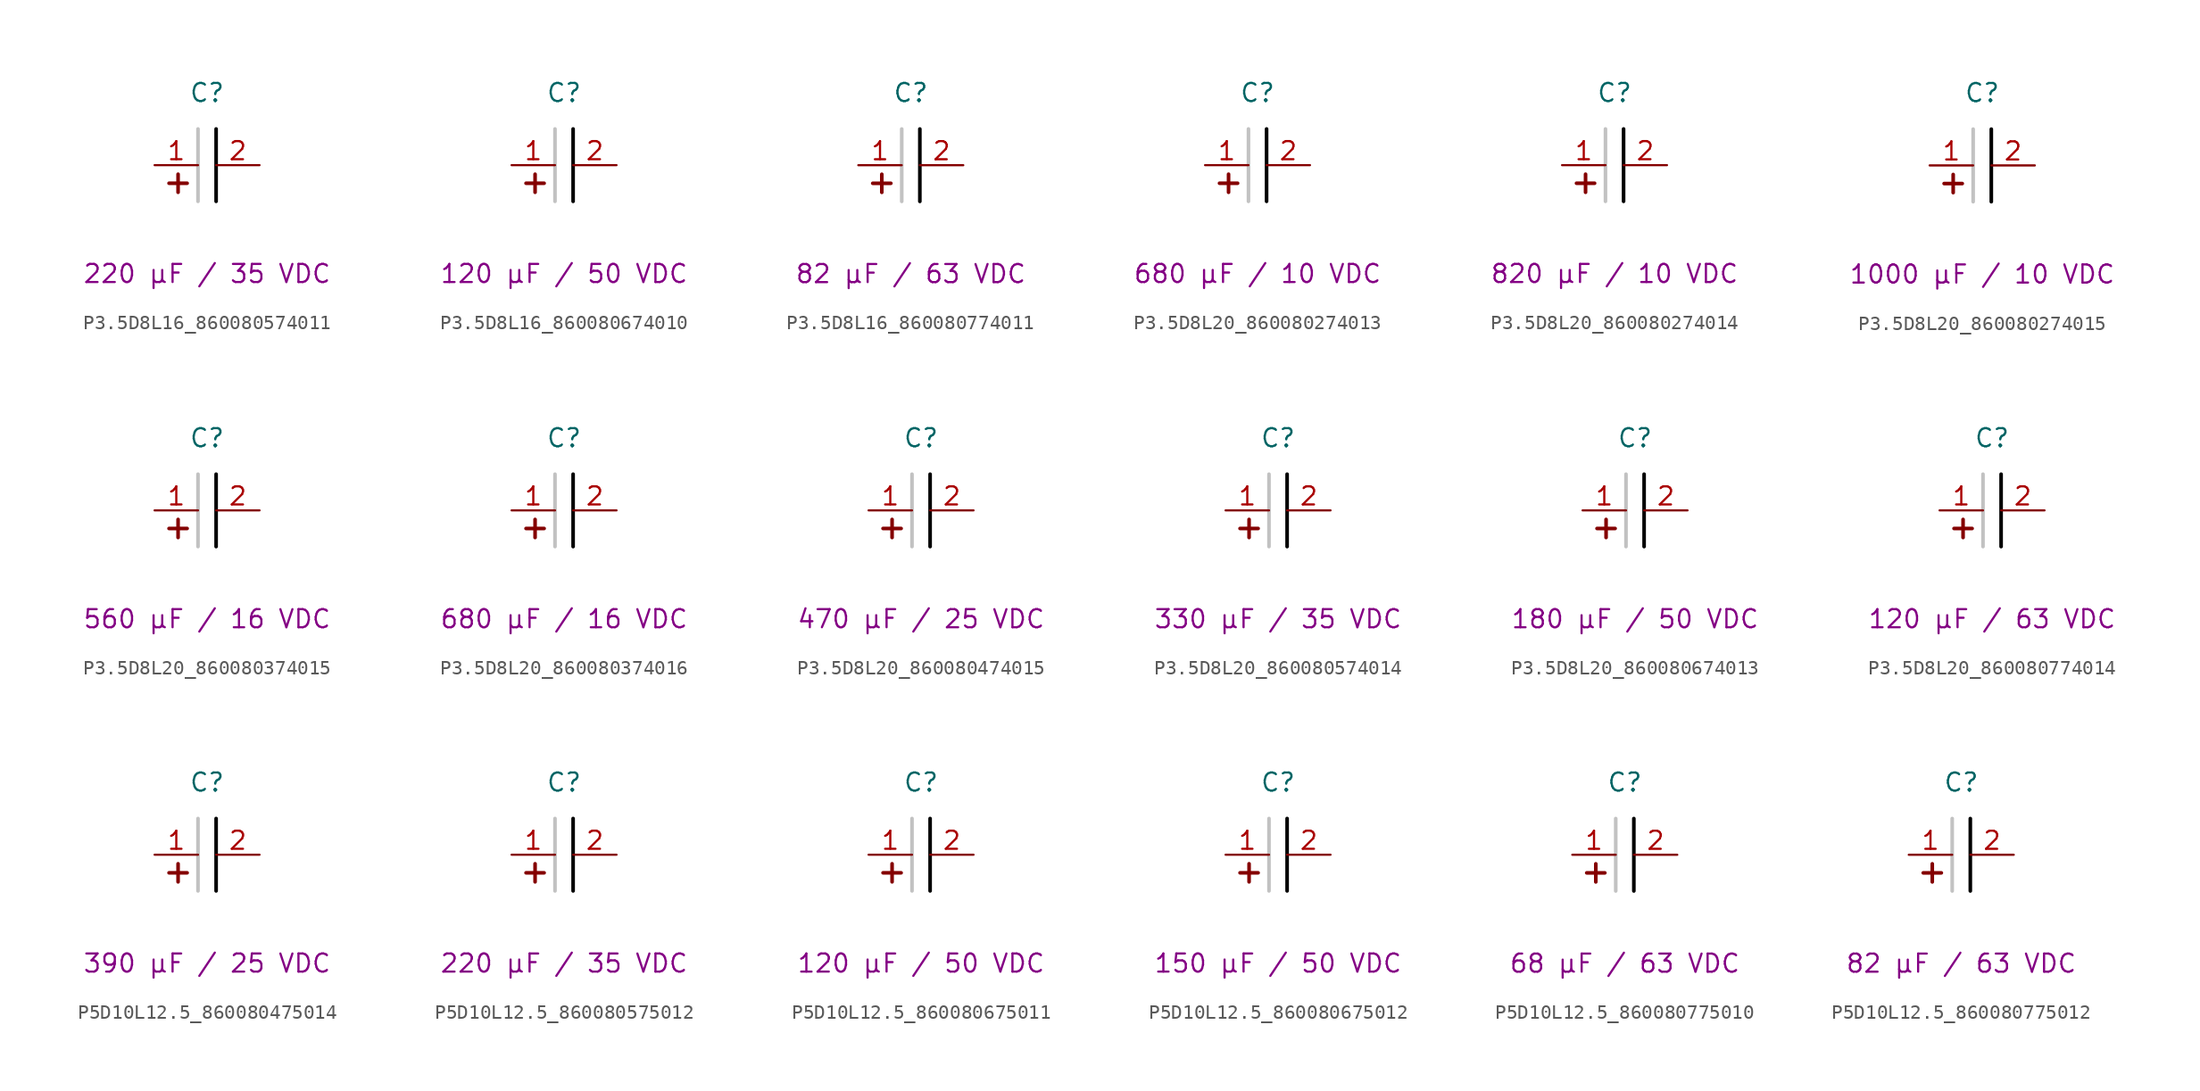
<source format=kicad_sym>
(kicad_symbol_lib
  (version 20220914)
  (generator kicad_symbol_editor)
  (symbol "P3.5D8L16_860080574011"
    (pin_names hide)
    (property "Reference" "C"
      (at 0 5.08 0)
      (effects (font (size 1.27 1.27))))
    (property "Critical Parameter" "220 µF / 35 VDC"
      (at 0 -7.62 0)
      (effects (font (size 1.27 1.27))))
    (symbol "P3.5D8L16_860080574011_1_1"
      (polyline (pts (xy -2.667 -1.27) (xy -1.397 -1.27)) (stroke (width 0.254) (type default)) (fill (type none)))
      (polyline (pts (xy -2.032 -0.635) (xy -2.032 -1.905)) (stroke (width 0.254) (type default)) (fill (type none)))
      (polyline (pts (xy -0.635 2.54) (xy -0.635 -2.54)) (stroke (width 0.254) (type default) (color 194 194 194 1)) (fill (type none)))
      (polyline (pts (xy 0.635 2.54) (xy 0.635 -2.54)) (stroke (width 0.254) (type default) (color 0 0 0 1)) (fill (type none)))
      (pin passive line (at -3.679 0 0) (length 3.044) (name "1" (effects (font (size 1.27 1.27)))) (number "1" (effects (font (size 1.27 1.27)))))
      (pin passive line (at 3.679 0 180) (length 3.044) (name "2" (effects (font (size 1.27 1.27)))) (number "2" (effects (font (size 1.27 1.27)))))))
  (symbol "P3.5D8L16_860080674010"
    (pin_names hide)
    (property "Reference" "C"
      (at 0 5.08 0)
      (effects (font (size 1.27 1.27))))
    (property "Critical Parameter" "120 µF / 50 VDC"
      (at 0 -7.62 0)
      (effects (font (size 1.27 1.27))))
    (symbol "P3.5D8L16_860080674010_1_1"
      (polyline (pts (xy -2.667 -1.27) (xy -1.397 -1.27)) (stroke (width 0.254) (type default)) (fill (type none)))
      (polyline (pts (xy -2.032 -0.635) (xy -2.032 -1.905)) (stroke (width 0.254) (type default)) (fill (type none)))
      (polyline (pts (xy -0.635 2.54) (xy -0.635 -2.54)) (stroke (width 0.254) (type default) (color 194 194 194 1)) (fill (type none)))
      (polyline (pts (xy 0.635 2.54) (xy 0.635 -2.54)) (stroke (width 0.254) (type default) (color 0 0 0 1)) (fill (type none)))
      (pin passive line (at -3.679 0 0) (length 3.044) (name "1" (effects (font (size 1.27 1.27)))) (number "1" (effects (font (size 1.27 1.27)))))
      (pin passive line (at 3.679 0 180) (length 3.044) (name "2" (effects (font (size 1.27 1.27)))) (number "2" (effects (font (size 1.27 1.27)))))))
  (symbol "P3.5D8L16_860080774011"
    (pin_names hide)
    (property "Reference" "C"
      (at 0 5.08 0)
      (effects (font (size 1.27 1.27))))
    (property "Critical Parameter" "82 µF / 63 VDC"
      (at 0 -7.62 0)
      (effects (font (size 1.27 1.27))))
    (symbol "P3.5D8L16_860080774011_1_1"
      (polyline (pts (xy -2.667 -1.27) (xy -1.397 -1.27)) (stroke (width 0.254) (type default)) (fill (type none)))
      (polyline (pts (xy -2.032 -0.635) (xy -2.032 -1.905)) (stroke (width 0.254) (type default)) (fill (type none)))
      (polyline (pts (xy -0.635 2.54) (xy -0.635 -2.54)) (stroke (width 0.254) (type default) (color 194 194 194 1)) (fill (type none)))
      (polyline (pts (xy 0.635 2.54) (xy 0.635 -2.54)) (stroke (width 0.254) (type default) (color 0 0 0 1)) (fill (type none)))
      (pin passive line (at -3.679 0 0) (length 3.044) (name "1" (effects (font (size 1.27 1.27)))) (number "1" (effects (font (size 1.27 1.27)))))
      (pin passive line (at 3.679 0 180) (length 3.044) (name "2" (effects (font (size 1.27 1.27)))) (number "2" (effects (font (size 1.27 1.27)))))))
  (symbol "P3.5D8L20_860080274013"
    (pin_names hide)
    (property "Reference" "C"
      (at 0 5.08 0)
      (effects (font (size 1.27 1.27))))
    (property "Critical Parameter" "680 µF / 10 VDC"
      (at 0 -7.62 0)
      (effects (font (size 1.27 1.27))))
    (symbol "P3.5D8L20_860080274013_1_1"
      (polyline (pts (xy -2.667 -1.27) (xy -1.397 -1.27)) (stroke (width 0.254) (type default)) (fill (type none)))
      (polyline (pts (xy -2.032 -0.635) (xy -2.032 -1.905)) (stroke (width 0.254) (type default)) (fill (type none)))
      (polyline (pts (xy -0.635 2.54) (xy -0.635 -2.54)) (stroke (width 0.254) (type default) (color 194 194 194 1)) (fill (type none)))
      (polyline (pts (xy 0.635 2.54) (xy 0.635 -2.54)) (stroke (width 0.254) (type default) (color 0 0 0 1)) (fill (type none)))
      (pin passive line (at -3.679 0 0) (length 3.044) (name "1" (effects (font (size 1.27 1.27)))) (number "1" (effects (font (size 1.27 1.27)))))
      (pin passive line (at 3.679 0 180) (length 3.044) (name "2" (effects (font (size 1.27 1.27)))) (number "2" (effects (font (size 1.27 1.27)))))))
  (symbol "P3.5D8L20_860080274014"
    (pin_names hide)
    (property "Reference" "C"
      (at 0 5.08 0)
      (effects (font (size 1.27 1.27))))
    (property "Critical Parameter" "820 µF / 10 VDC"
      (at 0 -7.62 0)
      (effects (font (size 1.27 1.27))))
    (symbol "P3.5D8L20_860080274014_1_1"
      (polyline (pts (xy -2.667 -1.27) (xy -1.397 -1.27)) (stroke (width 0.254) (type default)) (fill (type none)))
      (polyline (pts (xy -2.032 -0.635) (xy -2.032 -1.905)) (stroke (width 0.254) (type default)) (fill (type none)))
      (polyline (pts (xy -0.635 2.54) (xy -0.635 -2.54)) (stroke (width 0.254) (type default) (color 194 194 194 1)) (fill (type none)))
      (polyline (pts (xy 0.635 2.54) (xy 0.635 -2.54)) (stroke (width 0.254) (type default) (color 0 0 0 1)) (fill (type none)))
      (pin passive line (at -3.679 0 0) (length 3.044) (name "1" (effects (font (size 1.27 1.27)))) (number "1" (effects (font (size 1.27 1.27)))))
      (pin passive line (at 3.679 0 180) (length 3.044) (name "2" (effects (font (size 1.27 1.27)))) (number "2" (effects (font (size 1.27 1.27)))))))
  (symbol "P3.5D8L20_860080274015"
    (pin_names hide)
    (property "Reference" "C"
      (at 0 5.08 0)
      (effects (font (size 1.27 1.27))))
    (property "Critical Parameter" "1000 µF / 10 VDC"
      (at 0 -7.62 0)
      (effects (font (size 1.27 1.27))))
    (symbol "P3.5D8L20_860080274015_1_1"
      (polyline (pts (xy -2.667 -1.27) (xy -1.397 -1.27)) (stroke (width 0.254) (type default)) (fill (type none)))
      (polyline (pts (xy -2.032 -0.635) (xy -2.032 -1.905)) (stroke (width 0.254) (type default)) (fill (type none)))
      (polyline (pts (xy -0.635 2.54) (xy -0.635 -2.54)) (stroke (width 0.254) (type default) (color 194 194 194 1)) (fill (type none)))
      (polyline (pts (xy 0.635 2.54) (xy 0.635 -2.54)) (stroke (width 0.254) (type default) (color 0 0 0 1)) (fill (type none)))
      (pin passive line (at -3.679 0 0) (length 3.044) (name "1" (effects (font (size 1.27 1.27)))) (number "1" (effects (font (size 1.27 1.27)))))
      (pin passive line (at 3.679 0 180) (length 3.044) (name "2" (effects (font (size 1.27 1.27)))) (number "2" (effects (font (size 1.27 1.27)))))))
  (symbol "P3.5D8L20_860080374015"
    (pin_names hide)
    (property "Reference" "C"
      (at 0 5.08 0)
      (effects (font (size 1.27 1.27))))
    (property "Critical Parameter" "560 µF / 16 VDC"
      (at 0 -7.62 0)
      (effects (font (size 1.27 1.27))))
    (symbol "P3.5D8L20_860080374015_1_1"
      (polyline (pts (xy -2.667 -1.27) (xy -1.397 -1.27)) (stroke (width 0.254) (type default)) (fill (type none)))
      (polyline (pts (xy -2.032 -0.635) (xy -2.032 -1.905)) (stroke (width 0.254) (type default)) (fill (type none)))
      (polyline (pts (xy -0.635 2.54) (xy -0.635 -2.54)) (stroke (width 0.254) (type default) (color 194 194 194 1)) (fill (type none)))
      (polyline (pts (xy 0.635 2.54) (xy 0.635 -2.54)) (stroke (width 0.254) (type default) (color 0 0 0 1)) (fill (type none)))
      (pin passive line (at -3.679 0 0) (length 3.044) (name "1" (effects (font (size 1.27 1.27)))) (number "1" (effects (font (size 1.27 1.27)))))
      (pin passive line (at 3.679 0 180) (length 3.044) (name "2" (effects (font (size 1.27 1.27)))) (number "2" (effects (font (size 1.27 1.27)))))))
  (symbol "P3.5D8L20_860080374016"
    (pin_names hide)
    (property "Reference" "C"
      (at 0 5.08 0)
      (effects (font (size 1.27 1.27))))
    (property "Critical Parameter" "680 µF / 16 VDC"
      (at 0 -7.62 0)
      (effects (font (size 1.27 1.27))))
    (symbol "P3.5D8L20_860080374016_1_1"
      (polyline (pts (xy -2.667 -1.27) (xy -1.397 -1.27)) (stroke (width 0.254) (type default)) (fill (type none)))
      (polyline (pts (xy -2.032 -0.635) (xy -2.032 -1.905)) (stroke (width 0.254) (type default)) (fill (type none)))
      (polyline (pts (xy -0.635 2.54) (xy -0.635 -2.54)) (stroke (width 0.254) (type default) (color 194 194 194 1)) (fill (type none)))
      (polyline (pts (xy 0.635 2.54) (xy 0.635 -2.54)) (stroke (width 0.254) (type default) (color 0 0 0 1)) (fill (type none)))
      (pin passive line (at -3.679 0 0) (length 3.044) (name "1" (effects (font (size 1.27 1.27)))) (number "1" (effects (font (size 1.27 1.27)))))
      (pin passive line (at 3.679 0 180) (length 3.044) (name "2" (effects (font (size 1.27 1.27)))) (number "2" (effects (font (size 1.27 1.27)))))))
  (symbol "P3.5D8L20_860080474015"
    (pin_names hide)
    (property "Reference" "C"
      (at 0 5.08 0)
      (effects (font (size 1.27 1.27))))
    (property "Critical Parameter" "470 µF / 25 VDC"
      (at 0 -7.62 0)
      (effects (font (size 1.27 1.27))))
    (symbol "P3.5D8L20_860080474015_1_1"
      (polyline (pts (xy -2.667 -1.27) (xy -1.397 -1.27)) (stroke (width 0.254) (type default)) (fill (type none)))
      (polyline (pts (xy -2.032 -0.635) (xy -2.032 -1.905)) (stroke (width 0.254) (type default)) (fill (type none)))
      (polyline (pts (xy -0.635 2.54) (xy -0.635 -2.54)) (stroke (width 0.254) (type default) (color 194 194 194 1)) (fill (type none)))
      (polyline (pts (xy 0.635 2.54) (xy 0.635 -2.54)) (stroke (width 0.254) (type default) (color 0 0 0 1)) (fill (type none)))
      (pin passive line (at -3.679 0 0) (length 3.044) (name "1" (effects (font (size 1.27 1.27)))) (number "1" (effects (font (size 1.27 1.27)))))
      (pin passive line (at 3.679 0 180) (length 3.044) (name "2" (effects (font (size 1.27 1.27)))) (number "2" (effects (font (size 1.27 1.27)))))))
  (symbol "P3.5D8L20_860080574014"
    (pin_names hide)
    (property "Reference" "C"
      (at 0 5.08 0)
      (effects (font (size 1.27 1.27))))
    (property "Critical Parameter" "330 µF / 35 VDC"
      (at 0 -7.62 0)
      (effects (font (size 1.27 1.27))))
    (symbol "P3.5D8L20_860080574014_1_1"
      (polyline (pts (xy -2.667 -1.27) (xy -1.397 -1.27)) (stroke (width 0.254) (type default)) (fill (type none)))
      (polyline (pts (xy -2.032 -0.635) (xy -2.032 -1.905)) (stroke (width 0.254) (type default)) (fill (type none)))
      (polyline (pts (xy -0.635 2.54) (xy -0.635 -2.54)) (stroke (width 0.254) (type default) (color 194 194 194 1)) (fill (type none)))
      (polyline (pts (xy 0.635 2.54) (xy 0.635 -2.54)) (stroke (width 0.254) (type default) (color 0 0 0 1)) (fill (type none)))
      (pin passive line (at -3.679 0 0) (length 3.044) (name "1" (effects (font (size 1.27 1.27)))) (number "1" (effects (font (size 1.27 1.27)))))
      (pin passive line (at 3.679 0 180) (length 3.044) (name "2" (effects (font (size 1.27 1.27)))) (number "2" (effects (font (size 1.27 1.27)))))))
  (symbol "P3.5D8L20_860080674013"
    (pin_names hide)
    (property "Reference" "C"
      (at 0 5.08 0)
      (effects (font (size 1.27 1.27))))
    (property "Critical Parameter" "180 µF / 50 VDC"
      (at 0 -7.62 0)
      (effects (font (size 1.27 1.27))))
    (symbol "P3.5D8L20_860080674013_1_1"
      (polyline (pts (xy -2.667 -1.27) (xy -1.397 -1.27)) (stroke (width 0.254) (type default)) (fill (type none)))
      (polyline (pts (xy -2.032 -0.635) (xy -2.032 -1.905)) (stroke (width 0.254) (type default)) (fill (type none)))
      (polyline (pts (xy -0.635 2.54) (xy -0.635 -2.54)) (stroke (width 0.254) (type default) (color 194 194 194 1)) (fill (type none)))
      (polyline (pts (xy 0.635 2.54) (xy 0.635 -2.54)) (stroke (width 0.254) (type default) (color 0 0 0 1)) (fill (type none)))
      (pin passive line (at -3.679 0 0) (length 3.044) (name "1" (effects (font (size 1.27 1.27)))) (number "1" (effects (font (size 1.27 1.27)))))
      (pin passive line (at 3.679 0 180) (length 3.044) (name "2" (effects (font (size 1.27 1.27)))) (number "2" (effects (font (size 1.27 1.27)))))))
  (symbol "P3.5D8L20_860080774014"
    (pin_names hide)
    (property "Reference" "C"
      (at 0 5.08 0)
      (effects (font (size 1.27 1.27))))
    (property "Critical Parameter" "120 µF / 63 VDC"
      (at 0 -7.62 0)
      (effects (font (size 1.27 1.27))))
    (symbol "P3.5D8L20_860080774014_1_1"
      (polyline (pts (xy -2.667 -1.27) (xy -1.397 -1.27)) (stroke (width 0.254) (type default)) (fill (type none)))
      (polyline (pts (xy -2.032 -0.635) (xy -2.032 -1.905)) (stroke (width 0.254) (type default)) (fill (type none)))
      (polyline (pts (xy -0.635 2.54) (xy -0.635 -2.54)) (stroke (width 0.254) (type default) (color 194 194 194 1)) (fill (type none)))
      (polyline (pts (xy 0.635 2.54) (xy 0.635 -2.54)) (stroke (width 0.254) (type default) (color 0 0 0 1)) (fill (type none)))
      (pin passive line (at -3.679 0 0) (length 3.044) (name "1" (effects (font (size 1.27 1.27)))) (number "1" (effects (font (size 1.27 1.27)))))
      (pin passive line (at 3.679 0 180) (length 3.044) (name "2" (effects (font (size 1.27 1.27)))) (number "2" (effects (font (size 1.27 1.27)))))))
  (symbol "P5D10L12.5_860080475014"
    (pin_names hide)
    (property "Reference" "C"
      (at 0 5.08 0)
      (effects (font (size 1.27 1.27))))
    (property "Critical Parameter" "390 µF / 25 VDC"
      (at 0 -7.62 0)
      (effects (font (size 1.27 1.27))))
    (symbol "P5D10L12.5_860080475014_1_1"
      (polyline (pts (xy -2.667 -1.27) (xy -1.397 -1.27)) (stroke (width 0.254) (type default)) (fill (type none)))
      (polyline (pts (xy -2.032 -0.635) (xy -2.032 -1.905)) (stroke (width 0.254) (type default)) (fill (type none)))
      (polyline (pts (xy -0.635 2.54) (xy -0.635 -2.54)) (stroke (width 0.254) (type default) (color 194 194 194 1)) (fill (type none)))
      (polyline (pts (xy 0.635 2.54) (xy 0.635 -2.54)) (stroke (width 0.254) (type default) (color 0 0 0 1)) (fill (type none)))
      (pin passive line (at -3.679 0 0) (length 3.044) (name "1" (effects (font (size 1.27 1.27)))) (number "1" (effects (font (size 1.27 1.27)))))
      (pin passive line (at 3.679 0 180) (length 3.044) (name "2" (effects (font (size 1.27 1.27)))) (number "2" (effects (font (size 1.27 1.27)))))))
  (symbol "P5D10L12.5_860080575012"
    (pin_names hide)
    (property "Reference" "C"
      (at 0 5.08 0)
      (effects (font (size 1.27 1.27))))
    (property "Critical Parameter" "220 µF / 35 VDC"
      (at 0 -7.62 0)
      (effects (font (size 1.27 1.27))))
    (symbol "P5D10L12.5_860080575012_1_1"
      (polyline (pts (xy -2.667 -1.27) (xy -1.397 -1.27)) (stroke (width 0.254) (type default)) (fill (type none)))
      (polyline (pts (xy -2.032 -0.635) (xy -2.032 -1.905)) (stroke (width 0.254) (type default)) (fill (type none)))
      (polyline (pts (xy -0.635 2.54) (xy -0.635 -2.54)) (stroke (width 0.254) (type default) (color 194 194 194 1)) (fill (type none)))
      (polyline (pts (xy 0.635 2.54) (xy 0.635 -2.54)) (stroke (width 0.254) (type default) (color 0 0 0 1)) (fill (type none)))
      (pin passive line (at -3.679 0 0) (length 3.044) (name "1" (effects (font (size 1.27 1.27)))) (number "1" (effects (font (size 1.27 1.27)))))
      (pin passive line (at 3.679 0 180) (length 3.044) (name "2" (effects (font (size 1.27 1.27)))) (number "2" (effects (font (size 1.27 1.27)))))))
  (symbol "P5D10L12.5_860080675011"
    (pin_names hide)
    (property "Reference" "C"
      (at 0 5.08 0)
      (effects (font (size 1.27 1.27))))
    (property "Critical Parameter" "120 µF / 50 VDC"
      (at 0 -7.62 0)
      (effects (font (size 1.27 1.27))))
    (symbol "P5D10L12.5_860080675011_1_1"
      (polyline (pts (xy -2.667 -1.27) (xy -1.397 -1.27)) (stroke (width 0.254) (type default)) (fill (type none)))
      (polyline (pts (xy -2.032 -0.635) (xy -2.032 -1.905)) (stroke (width 0.254) (type default)) (fill (type none)))
      (polyline (pts (xy -0.635 2.54) (xy -0.635 -2.54)) (stroke (width 0.254) (type default) (color 194 194 194 1)) (fill (type none)))
      (polyline (pts (xy 0.635 2.54) (xy 0.635 -2.54)) (stroke (width 0.254) (type default) (color 0 0 0 1)) (fill (type none)))
      (pin passive line (at -3.679 0 0) (length 3.044) (name "1" (effects (font (size 1.27 1.27)))) (number "1" (effects (font (size 1.27 1.27)))))
      (pin passive line (at 3.679 0 180) (length 3.044) (name "2" (effects (font (size 1.27 1.27)))) (number "2" (effects (font (size 1.27 1.27)))))))
  (symbol "P5D10L12.5_860080675012"
    (pin_names hide)
    (property "Reference" "C"
      (at 0 5.08 0)
      (effects (font (size 1.27 1.27))))
    (property "Critical Parameter" "150 µF / 50 VDC"
      (at 0 -7.62 0)
      (effects (font (size 1.27 1.27))))
    (symbol "P5D10L12.5_860080675012_1_1"
      (polyline (pts (xy -2.667 -1.27) (xy -1.397 -1.27)) (stroke (width 0.254) (type default)) (fill (type none)))
      (polyline (pts (xy -2.032 -0.635) (xy -2.032 -1.905)) (stroke (width 0.254) (type default)) (fill (type none)))
      (polyline (pts (xy -0.635 2.54) (xy -0.635 -2.54)) (stroke (width 0.254) (type default) (color 194 194 194 1)) (fill (type none)))
      (polyline (pts (xy 0.635 2.54) (xy 0.635 -2.54)) (stroke (width 0.254) (type default) (color 0 0 0 1)) (fill (type none)))
      (pin passive line (at -3.679 0 0) (length 3.044) (name "1" (effects (font (size 1.27 1.27)))) (number "1" (effects (font (size 1.27 1.27)))))
      (pin passive line (at 3.679 0 180) (length 3.044) (name "2" (effects (font (size 1.27 1.27)))) (number "2" (effects (font (size 1.27 1.27)))))))
  (symbol "P5D10L12.5_860080775010"
    (pin_names hide)
    (property "Reference" "C"
      (at 0 5.08 0)
      (effects (font (size 1.27 1.27))))
    (property "Critical Parameter" "68 µF / 63 VDC"
      (at 0 -7.62 0)
      (effects (font (size 1.27 1.27))))
    (symbol "P5D10L12.5_860080775010_1_1"
      (polyline (pts (xy -2.667 -1.27) (xy -1.397 -1.27)) (stroke (width 0.254) (type default)) (fill (type none)))
      (polyline (pts (xy -2.032 -0.635) (xy -2.032 -1.905)) (stroke (width 0.254) (type default)) (fill (type none)))
      (polyline (pts (xy -0.635 2.54) (xy -0.635 -2.54)) (stroke (width 0.254) (type default) (color 194 194 194 1)) (fill (type none)))
      (polyline (pts (xy 0.635 2.54) (xy 0.635 -2.54)) (stroke (width 0.254) (type default) (color 0 0 0 1)) (fill (type none)))
      (pin passive line (at -3.679 0 0) (length 3.044) (name "1" (effects (font (size 1.27 1.27)))) (number "1" (effects (font (size 1.27 1.27)))))
      (pin passive line (at 3.679 0 180) (length 3.044) (name "2" (effects (font (size 1.27 1.27)))) (number "2" (effects (font (size 1.27 1.27)))))))
  (symbol "P5D10L12.5_860080775012"
    (pin_names hide)
    (property "Reference" "C"
      (at 0 5.08 0)
      (effects (font (size 1.27 1.27))))
    (property "Critical Parameter" "82 µF / 63 VDC"
      (at 0 -7.62 0)
      (effects (font (size 1.27 1.27))))
    (symbol "P5D10L12.5_860080775012_1_1"
      (polyline (pts (xy -2.667 -1.27) (xy -1.397 -1.27)) (stroke (width 0.254) (type default)) (fill (type none)))
      (polyline (pts (xy -2.032 -0.635) (xy -2.032 -1.905)) (stroke (width 0.254) (type default)) (fill (type none)))
      (polyline (pts (xy -0.635 2.54) (xy -0.635 -2.54)) (stroke (width 0.254) (type default) (color 194 194 194 1)) (fill (type none)))
      (polyline (pts (xy 0.635 2.54) (xy 0.635 -2.54)) (stroke (width 0.254) (type default) (color 0 0 0 1)) (fill (type none)))
      (pin passive line (at -3.679 0 0) (length 3.044) (name "1" (effects (font (size 1.27 1.27)))) (number "1" (effects (font (size 1.27 1.27)))))
      (pin passive line (at 3.679 0 180) (length 3.044) (name "2" (effects (font (size 1.27 1.27)))) (number "2" (effects (font (size 1.27 1.27))))))))
</source>
